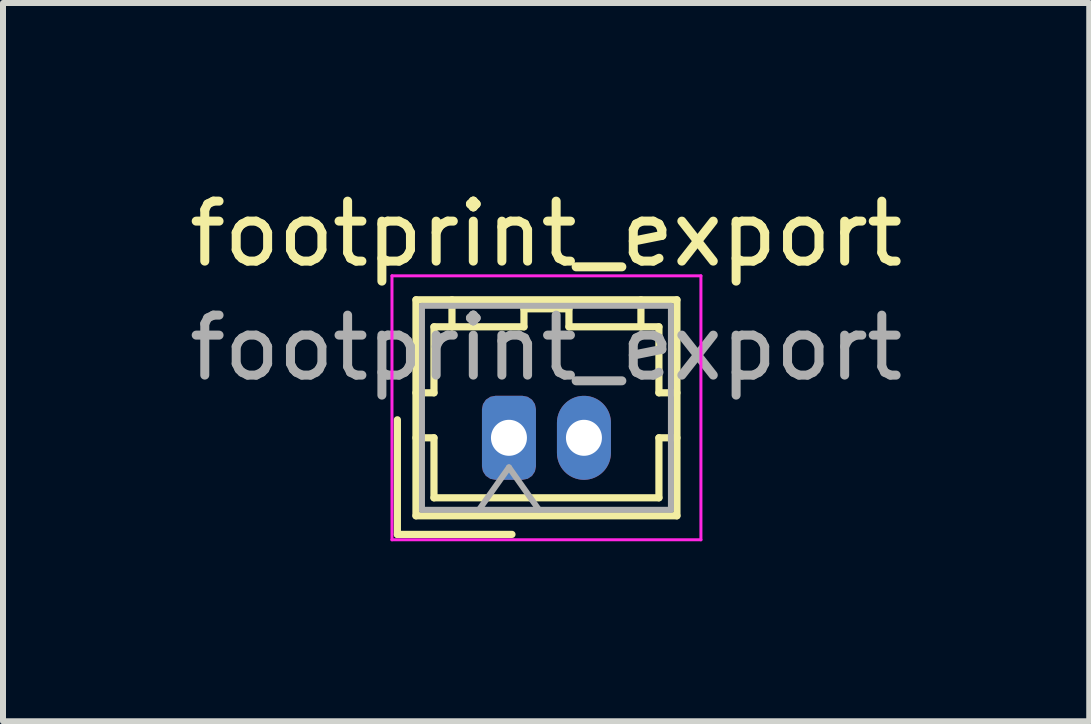
<source format=kicad_pcb>
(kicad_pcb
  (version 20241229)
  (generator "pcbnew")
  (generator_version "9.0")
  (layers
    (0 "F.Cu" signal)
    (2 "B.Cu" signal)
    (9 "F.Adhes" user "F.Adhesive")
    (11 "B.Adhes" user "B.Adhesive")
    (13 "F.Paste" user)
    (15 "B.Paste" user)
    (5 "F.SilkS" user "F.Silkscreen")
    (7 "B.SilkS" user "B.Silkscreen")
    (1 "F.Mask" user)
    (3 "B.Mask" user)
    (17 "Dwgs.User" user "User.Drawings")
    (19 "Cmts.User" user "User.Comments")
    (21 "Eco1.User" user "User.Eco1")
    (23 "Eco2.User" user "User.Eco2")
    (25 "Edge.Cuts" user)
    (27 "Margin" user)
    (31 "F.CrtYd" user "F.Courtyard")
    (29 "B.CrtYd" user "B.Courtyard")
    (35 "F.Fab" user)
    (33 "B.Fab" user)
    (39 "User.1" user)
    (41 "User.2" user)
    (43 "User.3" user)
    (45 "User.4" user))
  (footprint "footprint_export"
    (layer "F.Cu")
    (at 5.434 4.248)
    (property "Reference" "footprint_export" (at 0.62 -3.4 0) (layer "F.SilkS") (effects (font (size 1 1) (thickness 0.15))))
    (attr through_hole)
    (fp_line (start -1.86 -0.3) (end -1.86 1.61) (stroke (width 0.12) (type solid)) (layer "F.SilkS"))
    (fp_line (start -1.86 1.61) (end 0.05 1.61) (stroke (width 0.12) (type solid)) (layer "F.SilkS"))
    (fp_line (start -1.55 -2.3) (end -1.55 1.3) (stroke (width 0.12) (type solid)) (layer "F.SilkS"))
    (fp_line (start -1.55 -0.75) (end -1.25 -0.75) (stroke (width 0.12) (type solid)) (layer "F.SilkS"))
    (fp_line (start -1.55 0) (end -1.25 0) (stroke (width 0.12) (type solid)) (layer "F.SilkS"))
    (fp_line (start -1.55 1.3) (end 2.8 1.3) (stroke (width 0.12) (type solid)) (layer "F.SilkS"))
    (fp_line (start -1.25 -1.85) (end -0.95 -1.85) (stroke (width 0.12) (type solid)) (layer "F.SilkS"))
    (fp_line (start -1.25 -0.75) (end -1.25 -1.85) (stroke (width 0.12) (type solid)) (layer "F.SilkS"))
    (fp_line (start -1.25 0) (end -1.25 1) (stroke (width 0.12) (type solid)) (layer "F.SilkS"))
    (fp_line (start -1.25 1) (end 2.5 1) (stroke (width 0.12) (type solid)) (layer "F.SilkS"))
    (fp_line (start -0.95 -1.85) (end -0.95 -2.3) (stroke (width 0.12) (type solid)) (layer "F.SilkS"))
    (fp_line (start -0.95 -1.85) (end 0.25 -1.85) (stroke (width 0.12) (type solid)) (layer "F.SilkS"))
    (fp_line (start 0.25 -2.15) (end 1 -2.15) (stroke (width 0.12) (type solid)) (layer "F.SilkS"))
    (fp_line (start 0.25 -1.85) (end 0.25 -2.15) (stroke (width 0.12) (type solid)) (layer "F.SilkS"))
    (fp_line (start 1 -2.15) (end 1 -1.85) (stroke (width 0.12) (type solid)) (layer "F.SilkS"))
    (fp_line (start 1 -1.85) (end 2.2 -1.85) (stroke (width 0.12) (type solid)) (layer "F.SilkS"))
    (fp_line (start 2.2 -1.85) (end 2.2 -2.3) (stroke (width 0.12) (type solid)) (layer "F.SilkS"))
    (fp_line (start 2.5 -1.85) (end 2.2 -1.85) (stroke (width 0.12) (type solid)) (layer "F.SilkS"))
    (fp_line (start 2.5 -0.75) (end 2.5 -1.85) (stroke (width 0.12) (type solid)) (layer "F.SilkS"))
    (fp_line (start 2.5 0) (end 2.8 0) (stroke (width 0.12) (type solid)) (layer "F.SilkS"))
    (fp_line (start 2.5 1) (end 2.5 0) (stroke (width 0.12) (type solid)) (layer "F.SilkS"))
    (fp_line (start 2.8 -2.3) (end -1.55 -2.3) (stroke (width 0.12) (type solid)) (layer "F.SilkS"))
    (fp_line (start 2.8 -0.75) (end 2.5 -0.75) (stroke (width 0.12) (type solid)) (layer "F.SilkS"))
    (fp_line (start 2.8 1.3) (end 2.8 -2.3) (stroke (width 0.12) (type solid)) (layer "F.SilkS"))
    (fp_line (start -1.95 -2.7) (end -1.95 1.7) (stroke (width 0.05) (type solid)) (layer "F.CrtYd"))
    (fp_line (start -1.95 1.7) (end 3.2 1.7) (stroke (width 0.05) (type solid)) (layer "F.CrtYd"))
    (fp_line (start 3.2 -2.7) (end -1.95 -2.7) (stroke (width 0.05) (type solid)) (layer "F.CrtYd"))
    (fp_line (start 3.2 1.7) (end 3.2 -2.7) (stroke (width 0.05) (type solid)) (layer "F.CrtYd"))
    (fp_line (start -1.45 -2.2) (end -1.45 1.2) (stroke (width 0.1) (type solid)) (layer "F.Fab"))
    (fp_line (start -1.45 1.2) (end 2.7 1.2) (stroke (width 0.1) (type solid)) (layer "F.Fab"))
    (fp_line (start -0.5 1.2) (end 0 0.493) (stroke (width 0.1) (type solid)) (layer "F.Fab"))
    (fp_line (start 0 0.493) (end 0.5 1.2) (stroke (width 0.1) (type solid)) (layer "F.Fab"))
    (fp_line (start 2.7 -2.2) (end -1.45 -2.2) (stroke (width 0.1) (type solid)) (layer "F.Fab"))
    (fp_line (start 2.7 1.2) (end 2.7 -2.2) (stroke (width 0.1) (type solid)) (layer "F.Fab"))
    (fp_text user "${REFERENCE}" (at 0.62 -1.5 0) (layer "F.Fab") (effects (font (size 1 1) (thickness 0.15))))
    (pad "1" thru_hole roundrect (at 0 0) (size 0.9 1.4) (drill 0.6) (layers "*.Cu" "*.Mask") (roundrect_rratio 0.25))
    (pad "2" thru_hole oval (at 1.25 0) (size 0.9 1.4) (drill 0.6) (layers "*.Cu" "*.Mask")))
  (gr_rect
    (start -3 -3)
    (end 15.107 8.973)
    (stroke (width 0.1) (type default))
    (fill no)
    (layer "Edge.Cuts")))
</source>
